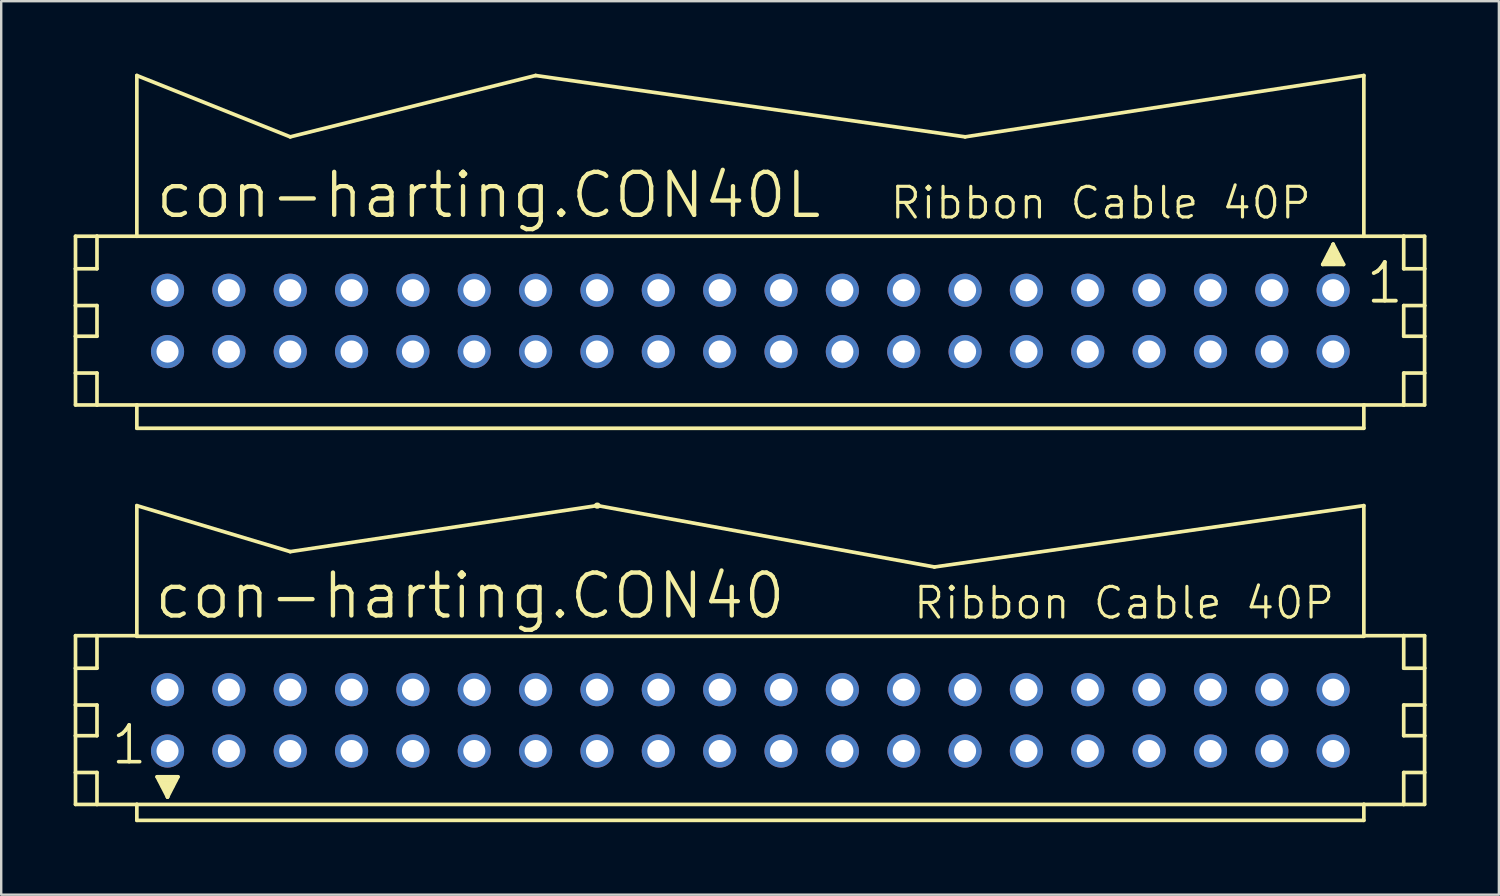
<source format=kicad_pcb>
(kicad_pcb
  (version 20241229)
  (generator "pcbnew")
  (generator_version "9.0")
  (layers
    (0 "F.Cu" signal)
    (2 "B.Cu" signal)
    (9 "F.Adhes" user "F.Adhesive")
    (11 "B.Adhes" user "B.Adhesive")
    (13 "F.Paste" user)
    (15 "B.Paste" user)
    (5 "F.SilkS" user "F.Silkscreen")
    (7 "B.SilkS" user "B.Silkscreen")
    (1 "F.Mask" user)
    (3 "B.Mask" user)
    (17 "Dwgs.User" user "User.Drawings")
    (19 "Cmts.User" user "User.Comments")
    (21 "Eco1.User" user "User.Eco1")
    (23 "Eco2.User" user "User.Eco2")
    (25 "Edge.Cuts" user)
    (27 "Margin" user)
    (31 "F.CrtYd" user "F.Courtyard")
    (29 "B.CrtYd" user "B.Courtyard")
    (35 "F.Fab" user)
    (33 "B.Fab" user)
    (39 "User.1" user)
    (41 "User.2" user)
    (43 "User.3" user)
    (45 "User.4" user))
  (footprint "con-harting.CON40L"
    (layer "F.Cu")
    (at 28.016 10.236)
    (property "Reference" "con-harting.CON40L" (at -24.714 -4.166 0) (layer "F.SilkS") (effects (font (size 1.778 1.778) (thickness 0.18)) (justify left bottom)))
    (attr through_hole)
    (fp_line (start -27.94 -3.505) (end -27.94 -2.159) (stroke (width 0.152) (type default)) (layer "F.SilkS"))
    (fp_line (start -27.94 -2.159) (end -27.94 -0.635) (stroke (width 0.152) (type default)) (layer "F.SilkS"))
    (fp_line (start -27.94 -2.159) (end -27.051 -2.159) (stroke (width 0.152) (type default)) (layer "F.SilkS"))
    (fp_line (start -27.94 -0.635) (end -27.94 0.635) (stroke (width 0.152) (type default)) (layer "F.SilkS"))
    (fp_line (start -27.94 -0.635) (end -27.051 -0.635) (stroke (width 0.152) (type default)) (layer "F.SilkS"))
    (fp_line (start -27.94 0.635) (end -27.94 2.159) (stroke (width 0.152) (type default)) (layer "F.SilkS"))
    (fp_line (start -27.94 0.635) (end -27.051 0.635) (stroke (width 0.152) (type default)) (layer "F.SilkS"))
    (fp_line (start -27.94 2.159) (end -27.94 3.48) (stroke (width 0.152) (type default)) (layer "F.SilkS"))
    (fp_line (start -27.94 2.159) (end -27.051 2.159) (stroke (width 0.152) (type default)) (layer "F.SilkS"))
    (fp_line (start -27.94 3.48) (end -27.051 3.48) (stroke (width 0.152) (type default)) (layer "F.SilkS"))
    (fp_line (start -27.051 -3.505) (end -27.94 -3.505) (stroke (width 0.152) (type default)) (layer "F.SilkS"))
    (fp_line (start -27.051 -3.505) (end -27.051 -2.159) (stroke (width 0.152) (type default)) (layer "F.SilkS"))
    (fp_line (start -27.051 -0.635) (end -27.051 0.635) (stroke (width 0.152) (type default)) (layer "F.SilkS"))
    (fp_line (start -27.051 2.159) (end -27.051 3.48) (stroke (width 0.152) (type default)) (layer "F.SilkS"))
    (fp_line (start -27.051 3.48) (end -25.4 3.48) (stroke (width 0.152) (type default)) (layer "F.SilkS"))
    (fp_line (start -25.4 -10.16) (end -25.4 -3.505) (stroke (width 0.152) (type default)) (layer "F.SilkS"))
    (fp_line (start -25.4 -3.505) (end -27.051 -3.505) (stroke (width 0.152) (type default)) (layer "F.SilkS"))
    (fp_line (start -25.4 3.48) (end 25.4 3.48) (stroke (width 0.152) (type default)) (layer "F.SilkS"))
    (fp_line (start -25.4 4.445) (end -25.4 3.48) (stroke (width 0.152) (type default)) (layer "F.SilkS"))
    (fp_line (start -19.05 -7.62) (end -25.4 -10.16) (stroke (width 0.152) (type default)) (layer "F.SilkS"))
    (fp_line (start -19.05 -7.62) (end -8.89 -10.16) (stroke (width 0.152) (type default)) (layer "F.SilkS"))
    (fp_line (start -8.89 -10.16) (end 8.89 -7.62) (stroke (width 0.152) (type default)) (layer "F.SilkS"))
    (fp_line (start 8.89 -7.62) (end 25.4 -10.16) (stroke (width 0.152) (type default)) (layer "F.SilkS"))
    (fp_line (start 23.698 -2.337) (end 24.13 -3.175) (stroke (width 0.152) (type default)) (layer "F.SilkS"))
    (fp_line (start 24.13 -3.175) (end 24.13 -2.921) (stroke (width 0.152) (type default)) (layer "F.SilkS"))
    (fp_line (start 24.13 -3.175) (end 24.562 -2.337) (stroke (width 0.152) (type default)) (layer "F.SilkS"))
    (fp_line (start 24.562 -2.337) (end 23.698 -2.337) (stroke (width 0.152) (type default)) (layer "F.SilkS"))
    (fp_line (start 25.4 -3.505) (end -25.4 -3.505) (stroke (width 0.152) (type default)) (layer "F.SilkS"))
    (fp_line (start 25.4 -3.505) (end 25.4 -10.16) (stroke (width 0.152) (type default)) (layer "F.SilkS"))
    (fp_line (start 25.4 3.48) (end 25.4 4.445) (stroke (width 0.152) (type default)) (layer "F.SilkS"))
    (fp_line (start 25.4 3.48) (end 27.051 3.48) (stroke (width 0.152) (type default)) (layer "F.SilkS"))
    (fp_line (start 25.4 4.445) (end -25.4 4.445) (stroke (width 0.152) (type default)) (layer "F.SilkS"))
    (fp_line (start 27.051 -3.505) (end 25.4 -3.505) (stroke (width 0.152) (type default)) (layer "F.SilkS"))
    (fp_line (start 27.051 -3.505) (end 27.051 -2.159) (stroke (width 0.152) (type default)) (layer "F.SilkS"))
    (fp_line (start 27.051 -2.159) (end 27.915 -2.159) (stroke (width 0.152) (type default)) (layer "F.SilkS"))
    (fp_line (start 27.051 -0.635) (end 27.051 0.635) (stroke (width 0.152) (type default)) (layer "F.SilkS"))
    (fp_line (start 27.051 -0.635) (end 27.915 -0.635) (stroke (width 0.152) (type default)) (layer "F.SilkS"))
    (fp_line (start 27.051 0.635) (end 27.915 0.635) (stroke (width 0.152) (type default)) (layer "F.SilkS"))
    (fp_line (start 27.051 2.159) (end 27.051 3.48) (stroke (width 0.152) (type default)) (layer "F.SilkS"))
    (fp_line (start 27.051 2.159) (end 27.915 2.159) (stroke (width 0.152) (type default)) (layer "F.SilkS"))
    (fp_line (start 27.051 3.48) (end 27.915 3.48) (stroke (width 0.152) (type default)) (layer "F.SilkS"))
    (fp_line (start 27.915 -3.505) (end 27.051 -3.505) (stroke (width 0.152) (type default)) (layer "F.SilkS"))
    (fp_line (start 27.915 -2.159) (end 27.915 -3.505) (stroke (width 0.152) (type default)) (layer "F.SilkS"))
    (fp_line (start 27.915 -0.635) (end 27.915 -2.159) (stroke (width 0.152) (type default)) (layer "F.SilkS"))
    (fp_line (start 27.915 0.635) (end 27.915 -0.635) (stroke (width 0.152) (type default)) (layer "F.SilkS"))
    (fp_line (start 27.915 2.159) (end 27.915 0.635) (stroke (width 0.152) (type default)) (layer "F.SilkS"))
    (fp_line (start 27.915 3.48) (end 27.915 2.159) (stroke (width 0.152) (type default)) (layer "F.SilkS"))
    (fp_rect (start 23.749 -2.388) (end 24.13 -2.515) (stroke (width 0.05) (type default)) (fill yes) (layer "F.SilkS"))
    (fp_rect (start 23.876 -2.515) (end 24.384 -2.769) (stroke (width 0.05) (type default)) (fill yes) (layer "F.SilkS"))
    (fp_rect (start 24.003 -2.718) (end 24.257 -2.972) (stroke (width 0.05) (type default)) (fill yes) (layer "F.SilkS"))
    (fp_rect (start 24.13 -2.388) (end 24.511 -2.515) (stroke (width 0.05) (type default)) (fill yes) (layer "F.SilkS"))
    (fp_text user "1" (at 25.4 -0.635 0) (layer "F.SilkS") (effects (font (size 1.6 1.6) (thickness 0.16)) (justify left bottom)))
    (fp_text user "Ribbon Cable 40P" (at 5.715 -4.14 0) (layer "F.SilkS") (effects (font (size 1.27 1.27) (thickness 0.13)) (justify left bottom)))
    (pad "1" thru_hole circle (at 24.13 -1.27) (size 1.372 1.372) (drill 0.914) (layers "*.Cu" "*.Mask"))
    (pad "2" thru_hole circle (at 24.13 1.27) (size 1.372 1.372) (drill 0.914) (layers "*.Cu" "*.Mask"))
    (pad "3" thru_hole circle (at 21.59 -1.27) (size 1.372 1.372) (drill 0.914) (layers "*.Cu" "*.Mask"))
    (pad "4" thru_hole circle (at 21.59 1.27) (size 1.372 1.372) (drill 0.914) (layers "*.Cu" "*.Mask"))
    (pad "5" thru_hole circle (at 19.05 -1.27) (size 1.372 1.372) (drill 0.914) (layers "*.Cu" "*.Mask"))
    (pad "6" thru_hole circle (at 19.05 1.27) (size 1.372 1.372) (drill 0.914) (layers "*.Cu" "*.Mask"))
    (pad "7" thru_hole circle (at 16.51 -1.27) (size 1.372 1.372) (drill 0.914) (layers "*.Cu" "*.Mask"))
    (pad "8" thru_hole circle (at 16.51 1.27) (size 1.372 1.372) (drill 0.914) (layers "*.Cu" "*.Mask"))
    (pad "9" thru_hole circle (at 13.97 -1.27) (size 1.372 1.372) (drill 0.914) (layers "*.Cu" "*.Mask"))
    (pad "10" thru_hole circle (at 13.97 1.27) (size 1.372 1.372) (drill 0.914) (layers "*.Cu" "*.Mask"))
    (pad "11" thru_hole circle (at 11.43 -1.27) (size 1.372 1.372) (drill 0.914) (layers "*.Cu" "*.Mask"))
    (pad "12" thru_hole circle (at 11.43 1.27) (size 1.372 1.372) (drill 0.914) (layers "*.Cu" "*.Mask"))
    (pad "13" thru_hole circle (at 8.89 -1.27) (size 1.372 1.372) (drill 0.914) (layers "*.Cu" "*.Mask"))
    (pad "14" thru_hole circle (at 8.89 1.27) (size 1.372 1.372) (drill 0.914) (layers "*.Cu" "*.Mask"))
    (pad "15" thru_hole circle (at 6.35 -1.27) (size 1.372 1.372) (drill 0.914) (layers "*.Cu" "*.Mask"))
    (pad "16" thru_hole circle (at 6.35 1.27) (size 1.372 1.372) (drill 0.914) (layers "*.Cu" "*.Mask"))
    (pad "17" thru_hole circle (at 3.81 -1.27) (size 1.372 1.372) (drill 0.914) (layers "*.Cu" "*.Mask"))
    (pad "18" thru_hole circle (at 3.81 1.27) (size 1.372 1.372) (drill 0.914) (layers "*.Cu" "*.Mask"))
    (pad "19" thru_hole circle (at 1.27 -1.27) (size 1.372 1.372) (drill 0.914) (layers "*.Cu" "*.Mask"))
    (pad "20" thru_hole circle (at 1.27 1.27) (size 1.372 1.372) (drill 0.914) (layers "*.Cu" "*.Mask"))
    (pad "21" thru_hole circle (at -1.27 -1.27) (size 1.372 1.372) (drill 0.914) (layers "*.Cu" "*.Mask"))
    (pad "22" thru_hole circle (at -1.27 1.27) (size 1.372 1.372) (drill 0.914) (layers "*.Cu" "*.Mask"))
    (pad "23" thru_hole circle (at -3.81 -1.27) (size 1.372 1.372) (drill 0.914) (layers "*.Cu" "*.Mask"))
    (pad "24" thru_hole circle (at -3.81 1.27) (size 1.372 1.372) (drill 0.914) (layers "*.Cu" "*.Mask"))
    (pad "25" thru_hole circle (at -6.35 -1.27) (size 1.372 1.372) (drill 0.914) (layers "*.Cu" "*.Mask"))
    (pad "26" thru_hole circle (at -6.35 1.27) (size 1.372 1.372) (drill 0.914) (layers "*.Cu" "*.Mask"))
    (pad "27" thru_hole circle (at -8.89 -1.27) (size 1.372 1.372) (drill 0.914) (layers "*.Cu" "*.Mask"))
    (pad "28" thru_hole circle (at -8.89 1.27) (size 1.372 1.372) (drill 0.914) (layers "*.Cu" "*.Mask"))
    (pad "29" thru_hole circle (at -11.43 -1.27) (size 1.372 1.372) (drill 0.914) (layers "*.Cu" "*.Mask"))
    (pad "30" thru_hole circle (at -11.43 1.27) (size 1.372 1.372) (drill 0.914) (layers "*.Cu" "*.Mask"))
    (pad "31" thru_hole circle (at -13.97 -1.27) (size 1.372 1.372) (drill 0.914) (layers "*.Cu" "*.Mask"))
    (pad "32" thru_hole circle (at -13.97 1.27) (size 1.372 1.372) (drill 0.914) (layers "*.Cu" "*.Mask"))
    (pad "33" thru_hole circle (at -16.51 -1.27) (size 1.372 1.372) (drill 0.914) (layers "*.Cu" "*.Mask"))
    (pad "34" thru_hole circle (at -16.51 1.27) (size 1.372 1.372) (drill 0.914) (layers "*.Cu" "*.Mask"))
    (pad "35" thru_hole circle (at -19.05 -1.27) (size 1.372 1.372) (drill 0.914) (layers "*.Cu" "*.Mask"))
    (pad "36" thru_hole circle (at -19.05 1.27) (size 1.372 1.372) (drill 0.914) (layers "*.Cu" "*.Mask"))
    (pad "37" thru_hole circle (at -21.59 -1.27) (size 1.372 1.372) (drill 0.914) (layers "*.Cu" "*.Mask"))
    (pad "38" thru_hole circle (at -21.59 1.27) (size 1.372 1.372) (drill 0.914) (layers "*.Cu" "*.Mask"))
    (pad "39" thru_hole circle (at -24.13 -1.27) (size 1.372 1.372) (drill 0.914) (layers "*.Cu" "*.Mask"))
    (pad "40" thru_hole circle (at -24.13 1.27) (size 1.372 1.372) (drill 0.914) (layers "*.Cu" "*.Mask")))
  (footprint "con-harting.CON40"
    (layer "F.Cu")
    (at 28.016 26.774)
    (property "Reference" "con-harting.CON40" (at -24.765 -4.115 0) (layer "F.SilkS") (effects (font (size 1.778 1.778) (thickness 0.18)) (justify left bottom)))
    (attr through_hole)
    (fp_line (start -27.94 -3.505) (end -27.94 -2.159) (stroke (width 0.152) (type default)) (layer "F.SilkS"))
    (fp_line (start -27.94 -2.159) (end -27.94 -0.635) (stroke (width 0.152) (type default)) (layer "F.SilkS"))
    (fp_line (start -27.94 -2.159) (end -27.051 -2.159) (stroke (width 0.152) (type default)) (layer "F.SilkS"))
    (fp_line (start -27.94 -0.635) (end -27.94 0.635) (stroke (width 0.152) (type default)) (layer "F.SilkS"))
    (fp_line (start -27.94 -0.635) (end -27.051 -0.635) (stroke (width 0.152) (type default)) (layer "F.SilkS"))
    (fp_line (start -27.94 0.635) (end -27.94 2.159) (stroke (width 0.152) (type default)) (layer "F.SilkS"))
    (fp_line (start -27.94 0.635) (end -27.051 0.635) (stroke (width 0.152) (type default)) (layer "F.SilkS"))
    (fp_line (start -27.94 2.159) (end -27.94 3.48) (stroke (width 0.152) (type default)) (layer "F.SilkS"))
    (fp_line (start -27.94 2.159) (end -27.051 2.159) (stroke (width 0.152) (type default)) (layer "F.SilkS"))
    (fp_line (start -27.94 3.48) (end -27.051 3.48) (stroke (width 0.152) (type default)) (layer "F.SilkS"))
    (fp_line (start -27.051 -3.505) (end -27.94 -3.505) (stroke (width 0.152) (type default)) (layer "F.SilkS"))
    (fp_line (start -27.051 -3.505) (end -27.051 -2.159) (stroke (width 0.152) (type default)) (layer "F.SilkS"))
    (fp_line (start -27.051 -0.635) (end -27.051 0.635) (stroke (width 0.152) (type default)) (layer "F.SilkS"))
    (fp_line (start -27.051 2.159) (end -27.051 3.48) (stroke (width 0.152) (type default)) (layer "F.SilkS"))
    (fp_line (start -27.051 3.48) (end -25.4 3.48) (stroke (width 0.152) (type default)) (layer "F.SilkS"))
    (fp_line (start -25.4 -3.505) (end -27.051 -3.505) (stroke (width 0.152) (type default)) (layer "F.SilkS"))
    (fp_line (start -25.4 -3.505) (end -25.4 -8.89) (stroke (width 0.152) (type default)) (layer "F.SilkS"))
    (fp_line (start -25.4 -3.48) (end -25.4 -3.505) (stroke (width 0.152) (type default)) (layer "F.SilkS"))
    (fp_line (start -25.4 3.48) (end 25.4 3.48) (stroke (width 0.152) (type default)) (layer "F.SilkS"))
    (fp_line (start -25.4 4.14) (end -25.4 3.48) (stroke (width 0.152) (type default)) (layer "F.SilkS"))
    (fp_line (start -24.562 2.337) (end -23.698 2.337) (stroke (width 0.152) (type default)) (layer "F.SilkS"))
    (fp_line (start -24.13 3.175) (end -24.562 2.337) (stroke (width 0.152) (type default)) (layer "F.SilkS"))
    (fp_line (start -24.13 3.175) (end -24.13 2.921) (stroke (width 0.152) (type default)) (layer "F.SilkS"))
    (fp_line (start -23.698 2.337) (end -24.13 3.175) (stroke (width 0.152) (type default)) (layer "F.SilkS"))
    (fp_line (start -19.05 -6.985) (end -25.4 -8.89) (stroke (width 0.152) (type default)) (layer "F.SilkS"))
    (fp_line (start -19.05 -6.985) (end -6.35 -8.89) (stroke (width 0.152) (type default)) (layer "F.SilkS"))
    (fp_line (start -6.325 -8.89) (end -6.35 -8.89) (stroke (width 0.254) (type default)) (layer "F.SilkS"))
    (fp_line (start 7.62 -6.35) (end -6.325 -8.89) (stroke (width 0.152) (type default)) (layer "F.SilkS"))
    (fp_line (start 7.62 -6.35) (end 25.4 -8.89) (stroke (width 0.152) (type default)) (layer "F.SilkS"))
    (fp_line (start 25.4 -8.89) (end 25.4 -3.505) (stroke (width 0.152) (type default)) (layer "F.SilkS"))
    (fp_line (start 25.4 -3.505) (end 25.4 -3.48) (stroke (width 0.152) (type default)) (layer "F.SilkS"))
    (fp_line (start 25.4 -3.48) (end -25.4 -3.48) (stroke (width 0.152) (type default)) (layer "F.SilkS"))
    (fp_line (start 25.4 3.48) (end 25.4 4.14) (stroke (width 0.152) (type default)) (layer "F.SilkS"))
    (fp_line (start 25.4 3.48) (end 27.051 3.48) (stroke (width 0.152) (type default)) (layer "F.SilkS"))
    (fp_line (start 25.4 4.14) (end -25.4 4.14) (stroke (width 0.152) (type default)) (layer "F.SilkS"))
    (fp_line (start 27.051 -3.505) (end 25.4 -3.505) (stroke (width 0.152) (type default)) (layer "F.SilkS"))
    (fp_line (start 27.051 -3.505) (end 27.051 -2.159) (stroke (width 0.152) (type default)) (layer "F.SilkS"))
    (fp_line (start 27.051 -2.159) (end 27.915 -2.159) (stroke (width 0.152) (type default)) (layer "F.SilkS"))
    (fp_line (start 27.051 -0.635) (end 27.051 0.635) (stroke (width 0.152) (type default)) (layer "F.SilkS"))
    (fp_line (start 27.051 -0.635) (end 27.915 -0.635) (stroke (width 0.152) (type default)) (layer "F.SilkS"))
    (fp_line (start 27.051 0.635) (end 27.915 0.635) (stroke (width 0.152) (type default)) (layer "F.SilkS"))
    (fp_line (start 27.051 2.159) (end 27.051 3.48) (stroke (width 0.152) (type default)) (layer "F.SilkS"))
    (fp_line (start 27.051 2.159) (end 27.915 2.159) (stroke (width 0.152) (type default)) (layer "F.SilkS"))
    (fp_line (start 27.051 3.48) (end 27.915 3.48) (stroke (width 0.152) (type default)) (layer "F.SilkS"))
    (fp_line (start 27.915 -3.505) (end 27.051 -3.505) (stroke (width 0.152) (type default)) (layer "F.SilkS"))
    (fp_line (start 27.915 -2.159) (end 27.915 -3.505) (stroke (width 0.152) (type default)) (layer "F.SilkS"))
    (fp_line (start 27.915 -0.635) (end 27.915 -2.159) (stroke (width 0.152) (type default)) (layer "F.SilkS"))
    (fp_line (start 27.915 0.635) (end 27.915 -0.635) (stroke (width 0.152) (type default)) (layer "F.SilkS"))
    (fp_line (start 27.915 2.159) (end 27.915 0.635) (stroke (width 0.152) (type default)) (layer "F.SilkS"))
    (fp_line (start 27.915 3.48) (end 27.915 2.159) (stroke (width 0.152) (type default)) (layer "F.SilkS"))
    (fp_rect (start -24.511 2.515) (end -24.13 2.388) (stroke (width 0.05) (type default)) (fill yes) (layer "F.SilkS"))
    (fp_rect (start -24.384 2.769) (end -23.876 2.515) (stroke (width 0.05) (type default)) (fill yes) (layer "F.SilkS"))
    (fp_rect (start -24.257 2.972) (end -24.003 2.718) (stroke (width 0.05) (type default)) (fill yes) (layer "F.SilkS"))
    (fp_rect (start -24.13 2.515) (end -23.749 2.388) (stroke (width 0.05) (type default)) (fill yes) (layer "F.SilkS"))
    (fp_text user "Ribbon Cable 40P" (at 6.68 -4.115 0) (layer "F.SilkS") (effects (font (size 1.27 1.27) (thickness 0.13)) (justify left bottom)))
    (fp_text user "1" (at -26.543 1.905 0) (layer "F.SilkS") (effects (font (size 1.524 1.524) (thickness 0.15)) (justify left bottom)))
    (pad "1" thru_hole circle (at -24.13 1.27) (size 1.372 1.372) (drill 0.914) (layers "*.Cu" "*.Mask"))
    (pad "2" thru_hole circle (at -24.13 -1.27) (size 1.372 1.372) (drill 0.914) (layers "*.Cu" "*.Mask"))
    (pad "3" thru_hole circle (at -21.59 1.27) (size 1.372 1.372) (drill 0.914) (layers "*.Cu" "*.Mask"))
    (pad "4" thru_hole circle (at -21.59 -1.27) (size 1.372 1.372) (drill 0.914) (layers "*.Cu" "*.Mask"))
    (pad "5" thru_hole circle (at -19.05 1.27) (size 1.372 1.372) (drill 0.914) (layers "*.Cu" "*.Mask"))
    (pad "6" thru_hole circle (at -19.05 -1.27) (size 1.372 1.372) (drill 0.914) (layers "*.Cu" "*.Mask"))
    (pad "7" thru_hole circle (at -16.51 1.27) (size 1.372 1.372) (drill 0.914) (layers "*.Cu" "*.Mask"))
    (pad "8" thru_hole circle (at -16.51 -1.27) (size 1.372 1.372) (drill 0.914) (layers "*.Cu" "*.Mask"))
    (pad "9" thru_hole circle (at -13.97 1.27) (size 1.372 1.372) (drill 0.914) (layers "*.Cu" "*.Mask"))
    (pad "10" thru_hole circle (at -13.97 -1.27) (size 1.372 1.372) (drill 0.914) (layers "*.Cu" "*.Mask"))
    (pad "11" thru_hole circle (at -11.43 1.27) (size 1.372 1.372) (drill 0.914) (layers "*.Cu" "*.Mask"))
    (pad "12" thru_hole circle (at -11.43 -1.27) (size 1.372 1.372) (drill 0.914) (layers "*.Cu" "*.Mask"))
    (pad "13" thru_hole circle (at -8.89 1.27) (size 1.372 1.372) (drill 0.914) (layers "*.Cu" "*.Mask"))
    (pad "14" thru_hole circle (at -8.89 -1.27) (size 1.372 1.372) (drill 0.914) (layers "*.Cu" "*.Mask"))
    (pad "15" thru_hole circle (at -6.35 1.27) (size 1.372 1.372) (drill 0.914) (layers "*.Cu" "*.Mask"))
    (pad "16" thru_hole circle (at -6.35 -1.27) (size 1.372 1.372) (drill 0.914) (layers "*.Cu" "*.Mask"))
    (pad "17" thru_hole circle (at -3.81 1.27) (size 1.372 1.372) (drill 0.914) (layers "*.Cu" "*.Mask"))
    (pad "18" thru_hole circle (at -3.81 -1.27) (size 1.372 1.372) (drill 0.914) (layers "*.Cu" "*.Mask"))
    (pad "19" thru_hole circle (at -1.27 1.27) (size 1.372 1.372) (drill 0.914) (layers "*.Cu" "*.Mask"))
    (pad "20" thru_hole circle (at -1.27 -1.27) (size 1.372 1.372) (drill 0.914) (layers "*.Cu" "*.Mask"))
    (pad "21" thru_hole circle (at 1.27 1.27) (size 1.372 1.372) (drill 0.914) (layers "*.Cu" "*.Mask"))
    (pad "22" thru_hole circle (at 1.27 -1.27) (size 1.372 1.372) (drill 0.914) (layers "*.Cu" "*.Mask"))
    (pad "23" thru_hole circle (at 3.81 1.27) (size 1.372 1.372) (drill 0.914) (layers "*.Cu" "*.Mask"))
    (pad "24" thru_hole circle (at 3.81 -1.27) (size 1.372 1.372) (drill 0.914) (layers "*.Cu" "*.Mask"))
    (pad "25" thru_hole circle (at 6.35 1.27) (size 1.372 1.372) (drill 0.914) (layers "*.Cu" "*.Mask"))
    (pad "26" thru_hole circle (at 6.35 -1.27) (size 1.372 1.372) (drill 0.914) (layers "*.Cu" "*.Mask"))
    (pad "27" thru_hole circle (at 8.89 1.27) (size 1.372 1.372) (drill 0.914) (layers "*.Cu" "*.Mask"))
    (pad "28" thru_hole circle (at 8.89 -1.27) (size 1.372 1.372) (drill 0.914) (layers "*.Cu" "*.Mask"))
    (pad "29" thru_hole circle (at 11.43 1.27) (size 1.372 1.372) (drill 0.914) (layers "*.Cu" "*.Mask"))
    (pad "30" thru_hole circle (at 11.43 -1.27) (size 1.372 1.372) (drill 0.914) (layers "*.Cu" "*.Mask"))
    (pad "31" thru_hole circle (at 13.97 1.27) (size 1.372 1.372) (drill 0.914) (layers "*.Cu" "*.Mask"))
    (pad "32" thru_hole circle (at 13.97 -1.27) (size 1.372 1.372) (drill 0.914) (layers "*.Cu" "*.Mask"))
    (pad "33" thru_hole circle (at 16.51 1.27) (size 1.372 1.372) (drill 0.914) (layers "*.Cu" "*.Mask"))
    (pad "34" thru_hole circle (at 16.51 -1.27) (size 1.372 1.372) (drill 0.914) (layers "*.Cu" "*.Mask"))
    (pad "35" thru_hole circle (at 19.05 1.27) (size 1.372 1.372) (drill 0.914) (layers "*.Cu" "*.Mask"))
    (pad "36" thru_hole circle (at 19.05 -1.27) (size 1.372 1.372) (drill 0.914) (layers "*.Cu" "*.Mask"))
    (pad "37" thru_hole circle (at 21.59 1.27) (size 1.372 1.372) (drill 0.914) (layers "*.Cu" "*.Mask"))
    (pad "38" thru_hole circle (at 21.59 -1.27) (size 1.372 1.372) (drill 0.914) (layers "*.Cu" "*.Mask"))
    (pad "39" thru_hole circle (at 24.13 1.27) (size 1.372 1.372) (drill 0.914) (layers "*.Cu" "*.Mask"))
    (pad "40" thru_hole circle (at 24.13 -1.27) (size 1.372 1.372) (drill 0.914) (layers "*.Cu" "*.Mask")))
  (gr_rect
    (start -3 -3)
    (end 59.007 33.991)
    (stroke (width 0.1) (type default))
    (fill no)
    (layer "Edge.Cuts")))
</source>
